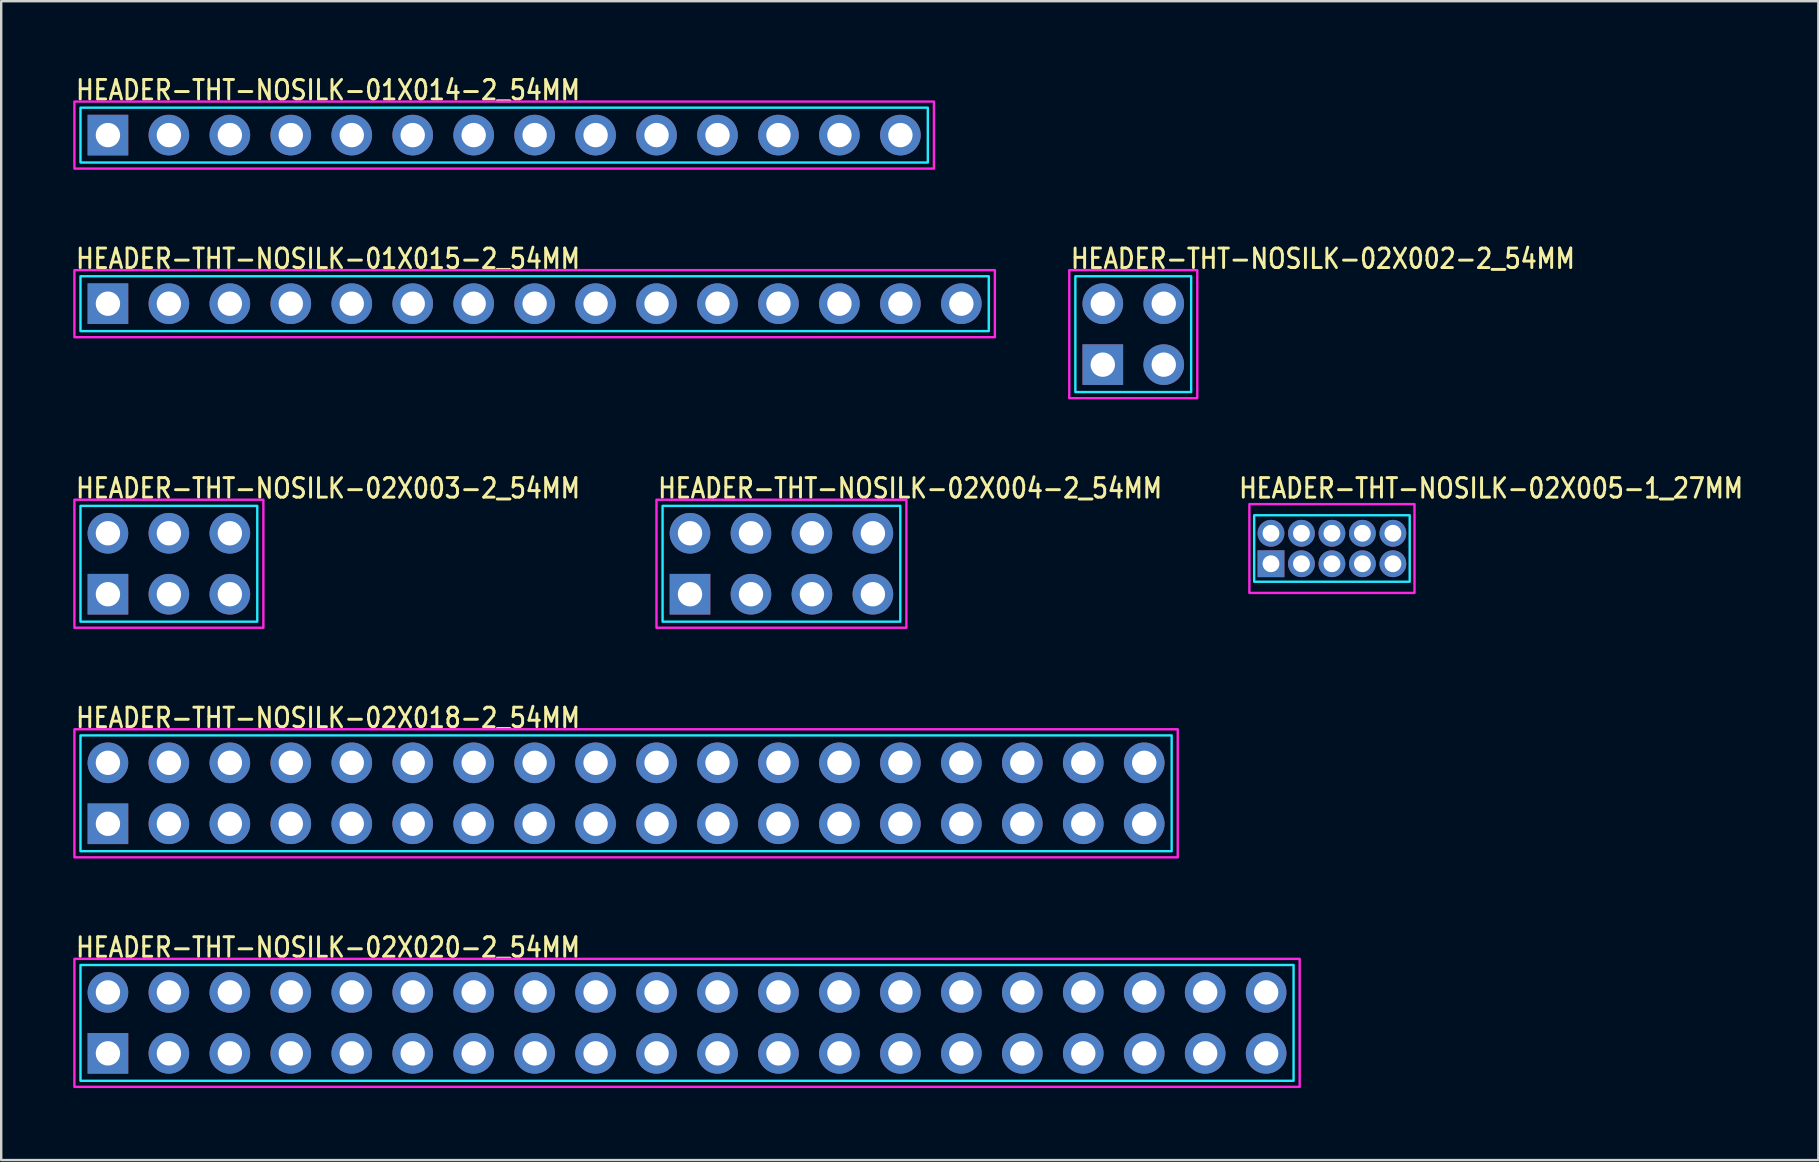
<source format=kicad_pcb>
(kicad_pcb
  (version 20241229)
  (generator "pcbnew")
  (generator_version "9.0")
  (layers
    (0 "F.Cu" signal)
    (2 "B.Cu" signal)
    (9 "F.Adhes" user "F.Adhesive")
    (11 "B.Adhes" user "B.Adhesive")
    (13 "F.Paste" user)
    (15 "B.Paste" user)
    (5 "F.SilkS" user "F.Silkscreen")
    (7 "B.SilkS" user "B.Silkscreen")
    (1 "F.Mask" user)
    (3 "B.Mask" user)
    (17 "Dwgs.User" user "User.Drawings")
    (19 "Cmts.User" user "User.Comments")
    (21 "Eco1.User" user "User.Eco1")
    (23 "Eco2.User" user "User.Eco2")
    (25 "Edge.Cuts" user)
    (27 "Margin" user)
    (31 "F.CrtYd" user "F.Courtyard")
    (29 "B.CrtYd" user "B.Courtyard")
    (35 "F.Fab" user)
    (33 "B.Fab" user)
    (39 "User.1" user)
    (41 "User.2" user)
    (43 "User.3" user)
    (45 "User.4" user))
  (footprint "HEADER-THT-NOSILK-02X002-2_54MM"
    (layer "F.Cu")
    (at 42.901 12.144)
    (property "Reference" "HEADER-THT-NOSILK-02X002-2_54MM" (at -1.4 -3.94 0) (unlocked yes) (layer "F.SilkS") (effects (font (size 0.813 0.695) (thickness 0.122)) (justify left bottom)))
    (fp_poly (pts (xy -1.143 -3.683) (xy 3.683 -3.683) (xy 3.683 1.143) (xy -1.143 1.143)) (stroke (width 0.1) (type solid)) (fill no) (layer "B.CrtYd"))
    (fp_poly (pts (xy -1.397 -3.937) (xy 3.937 -3.937) (xy 3.937 1.397) (xy -1.397 1.397)) (stroke (width 0.1) (type solid)) (fill no) (layer "F.CrtYd"))
    (pad "1" thru_hole rect (at 0 0) (size 1.693 1.693) (drill 1.016) (layers "*.Cu" "*.Mask"))
    (pad "2" thru_hole oval (at 0 -2.54) (size 1.693 1.693) (drill 1.016) (layers "*.Cu" "*.Mask"))
    (pad "3" thru_hole oval (at 2.54 0) (size 1.693 1.693) (drill 1.016) (layers "*.Cu" "*.Mask"))
    (pad "4" thru_hole oval (at 2.54 -2.54) (size 1.693 1.693) (drill 1.016) (layers "*.Cu" "*.Mask")))
  (footprint "HEADER-THT-NOSILK-02X003-2_54MM"
    (layer "F.Cu")
    (at 1.447 21.71)
    (property "Reference" "HEADER-THT-NOSILK-02X003-2_54MM" (at -1.4 -3.94 0) (unlocked yes) (layer "F.SilkS") (effects (font (size 0.813 0.695) (thickness 0.122)) (justify left bottom)))
    (fp_poly (pts (xy -1.143 -3.683) (xy 6.223 -3.683) (xy 6.223 1.143) (xy -1.143 1.143)) (stroke (width 0.1) (type solid)) (fill no) (layer "B.CrtYd"))
    (fp_poly (pts (xy -1.397 -3.937) (xy 6.477 -3.937) (xy 6.477 1.397) (xy -1.397 1.397)) (stroke (width 0.1) (type solid)) (fill no) (layer "F.CrtYd"))
    (pad "P$1" thru_hole rect (at 0 0) (size 1.693 1.693) (drill 1.016) (layers "*.Cu" "*.Mask"))
    (pad "P$2" thru_hole oval (at 0 -2.54) (size 1.693 1.693) (drill 1.016) (layers "*.Cu" "*.Mask"))
    (pad "P$3" thru_hole oval (at 2.54 0) (size 1.693 1.693) (drill 1.016) (layers "*.Cu" "*.Mask"))
    (pad "P$4" thru_hole oval (at 2.54 -2.54) (size 1.693 1.693) (drill 1.016) (layers "*.Cu" "*.Mask"))
    (pad "P$5" thru_hole oval (at 5.08 0) (size 1.693 1.693) (drill 1.016) (layers "*.Cu" "*.Mask"))
    (pad "P$6" thru_hole oval (at 5.08 -2.54) (size 1.693 1.693) (drill 1.016) (layers "*.Cu" "*.Mask")))
  (footprint "HEADER-THT-NOSILK-01X015-2_54MM"
    (layer "F.Cu")
    (at 1.447 9.604)
    (property "Reference" "HEADER-THT-NOSILK-01X015-2_54MM" (at -1.4 -1.4 0) (unlocked yes) (layer "F.SilkS") (effects (font (size 0.813 0.695) (thickness 0.122)) (justify left bottom)))
    (fp_poly (pts (xy -1.143 -1.143) (xy 36.703 -1.143) (xy 36.703 1.143) (xy -1.143 1.143)) (stroke (width 0.1) (type solid)) (fill no) (layer "B.CrtYd"))
    (fp_poly (pts (xy -1.397 -1.397) (xy 36.957 -1.397) (xy 36.957 1.397) (xy -1.397 1.397)) (stroke (width 0.1) (type solid)) (fill no) (layer "F.CrtYd"))
    (pad "1" thru_hole rect (at 0 0) (size 1.693 1.693) (drill 1.016) (layers "*.Cu" "*.Mask"))
    (pad "2" thru_hole oval (at 2.54 0) (size 1.693 1.693) (drill 1.016) (layers "*.Cu" "*.Mask"))
    (pad "3" thru_hole oval (at 5.08 0) (size 1.693 1.693) (drill 1.016) (layers "*.Cu" "*.Mask"))
    (pad "4" thru_hole oval (at 7.62 0) (size 1.693 1.693) (drill 1.016) (layers "*.Cu" "*.Mask"))
    (pad "5" thru_hole oval (at 10.16 0) (size 1.693 1.693) (drill 1.016) (layers "*.Cu" "*.Mask"))
    (pad "6" thru_hole oval (at 12.7 0) (size 1.693 1.693) (drill 1.016) (layers "*.Cu" "*.Mask"))
    (pad "7" thru_hole oval (at 15.24 0) (size 1.693 1.693) (drill 1.016) (layers "*.Cu" "*.Mask"))
    (pad "8" thru_hole oval (at 17.78 0) (size 1.693 1.693) (drill 1.016) (layers "*.Cu" "*.Mask"))
    (pad "9" thru_hole oval (at 20.32 0) (size 1.693 1.693) (drill 1.016) (layers "*.Cu" "*.Mask"))
    (pad "10" thru_hole oval (at 22.86 0) (size 1.693 1.693) (drill 1.016) (layers "*.Cu" "*.Mask"))
    (pad "11" thru_hole oval (at 25.4 0) (size 1.693 1.693) (drill 1.016) (layers "*.Cu" "*.Mask"))
    (pad "12" thru_hole oval (at 27.94 0) (size 1.693 1.693) (drill 1.016) (layers "*.Cu" "*.Mask"))
    (pad "13" thru_hole oval (at 30.48 0) (size 1.693 1.693) (drill 1.016) (layers "*.Cu" "*.Mask"))
    (pad "14" thru_hole oval (at 33.02 0) (size 1.693 1.693) (drill 1.016) (layers "*.Cu" "*.Mask"))
    (pad "15" thru_hole oval (at 35.56 0) (size 1.693 1.693) (drill 1.016) (layers "*.Cu" "*.Mask")))
  (footprint "HEADER-THT-NOSILK-02X020-2_54MM"
    (layer "F.Cu")
    (at 1.447 40.841)
    (property "Reference" "HEADER-THT-NOSILK-02X020-2_54MM" (at -1.4 -3.94 0) (unlocked yes) (layer "F.SilkS") (effects (font (size 0.813 0.695) (thickness 0.122)) (justify left bottom)))
    (fp_poly (pts (xy -1.143 -3.683) (xy 49.403 -3.683) (xy 49.403 1.143) (xy -1.143 1.143)) (stroke (width 0.1) (type solid)) (fill no) (layer "B.CrtYd"))
    (fp_poly (pts (xy -1.397 -3.937) (xy 49.657 -3.937) (xy 49.657 1.397) (xy -1.397 1.397)) (stroke (width 0.1) (type solid)) (fill no) (layer "F.CrtYd"))
    (pad "1" thru_hole rect (at 0 0) (size 1.693 1.693) (drill 1.016) (layers "*.Cu" "*.Mask"))
    (pad "2" thru_hole oval (at 0 -2.54) (size 1.693 1.693) (drill 1.016) (layers "*.Cu" "*.Mask"))
    (pad "3" thru_hole oval (at 2.54 0) (size 1.693 1.693) (drill 1.016) (layers "*.Cu" "*.Mask"))
    (pad "4" thru_hole oval (at 2.54 -2.54) (size 1.693 1.693) (drill 1.016) (layers "*.Cu" "*.Mask"))
    (pad "5" thru_hole oval (at 5.08 0) (size 1.693 1.693) (drill 1.016) (layers "*.Cu" "*.Mask"))
    (pad "6" thru_hole oval (at 5.08 -2.54) (size 1.693 1.693) (drill 1.016) (layers "*.Cu" "*.Mask"))
    (pad "7" thru_hole oval (at 7.62 0) (size 1.693 1.693) (drill 1.016) (layers "*.Cu" "*.Mask"))
    (pad "8" thru_hole oval (at 7.62 -2.54) (size 1.693 1.693) (drill 1.016) (layers "*.Cu" "*.Mask"))
    (pad "9" thru_hole oval (at 10.16 0) (size 1.693 1.693) (drill 1.016) (layers "*.Cu" "*.Mask"))
    (pad "10" thru_hole oval (at 10.16 -2.54) (size 1.693 1.693) (drill 1.016) (layers "*.Cu" "*.Mask"))
    (pad "11" thru_hole oval (at 12.7 0) (size 1.693 1.693) (drill 1.016) (layers "*.Cu" "*.Mask"))
    (pad "12" thru_hole oval (at 12.7 -2.54) (size 1.693 1.693) (drill 1.016) (layers "*.Cu" "*.Mask"))
    (pad "13" thru_hole oval (at 15.24 0) (size 1.693 1.693) (drill 1.016) (layers "*.Cu" "*.Mask"))
    (pad "14" thru_hole oval (at 15.24 -2.54) (size 1.693 1.693) (drill 1.016) (layers "*.Cu" "*.Mask"))
    (pad "15" thru_hole oval (at 17.78 0) (size 1.693 1.693) (drill 1.016) (layers "*.Cu" "*.Mask"))
    (pad "16" thru_hole oval (at 17.78 -2.54) (size 1.693 1.693) (drill 1.016) (layers "*.Cu" "*.Mask"))
    (pad "17" thru_hole oval (at 20.32 0) (size 1.693 1.693) (drill 1.016) (layers "*.Cu" "*.Mask"))
    (pad "18" thru_hole oval (at 20.32 -2.54) (size 1.693 1.693) (drill 1.016) (layers "*.Cu" "*.Mask"))
    (pad "19" thru_hole oval (at 22.86 0) (size 1.693 1.693) (drill 1.016) (layers "*.Cu" "*.Mask"))
    (pad "20" thru_hole oval (at 22.86 -2.54) (size 1.693 1.693) (drill 1.016) (layers "*.Cu" "*.Mask"))
    (pad "21" thru_hole oval (at 25.4 0) (size 1.693 1.693) (drill 1.016) (layers "*.Cu" "*.Mask"))
    (pad "22" thru_hole oval (at 25.4 -2.54) (size 1.693 1.693) (drill 1.016) (layers "*.Cu" "*.Mask"))
    (pad "23" thru_hole oval (at 27.94 0) (size 1.693 1.693) (drill 1.016) (layers "*.Cu" "*.Mask"))
    (pad "24" thru_hole oval (at 27.94 -2.54) (size 1.693 1.693) (drill 1.016) (layers "*.Cu" "*.Mask"))
    (pad "25" thru_hole oval (at 30.48 0) (size 1.693 1.693) (drill 1.016) (layers "*.Cu" "*.Mask"))
    (pad "26" thru_hole oval (at 30.48 -2.54) (size 1.693 1.693) (drill 1.016) (layers "*.Cu" "*.Mask"))
    (pad "27" thru_hole oval (at 33.02 0) (size 1.693 1.693) (drill 1.016) (layers "*.Cu" "*.Mask"))
    (pad "28" thru_hole oval (at 33.02 -2.54) (size 1.693 1.693) (drill 1.016) (layers "*.Cu" "*.Mask"))
    (pad "29" thru_hole oval (at 35.56 0) (size 1.693 1.693) (drill 1.016) (layers "*.Cu" "*.Mask"))
    (pad "30" thru_hole oval (at 35.56 -2.54) (size 1.693 1.693) (drill 1.016) (layers "*.Cu" "*.Mask"))
    (pad "31" thru_hole oval (at 38.1 0) (size 1.693 1.693) (drill 1.016) (layers "*.Cu" "*.Mask"))
    (pad "32" thru_hole oval (at 38.1 -2.54) (size 1.693 1.693) (drill 1.016) (layers "*.Cu" "*.Mask"))
    (pad "33" thru_hole oval (at 40.64 0) (size 1.693 1.693) (drill 1.016) (layers "*.Cu" "*.Mask"))
    (pad "34" thru_hole oval (at 40.64 -2.54) (size 1.693 1.693) (drill 1.016) (layers "*.Cu" "*.Mask"))
    (pad "35" thru_hole oval (at 43.18 0) (size 1.693 1.693) (drill 1.016) (layers "*.Cu" "*.Mask"))
    (pad "36" thru_hole oval (at 43.18 -2.54) (size 1.693 1.693) (drill 1.016) (layers "*.Cu" "*.Mask"))
    (pad "37" thru_hole oval (at 45.72 0) (size 1.693 1.693) (drill 1.016) (layers "*.Cu" "*.Mask"))
    (pad "38" thru_hole oval (at 45.72 -2.54) (size 1.693 1.693) (drill 1.016) (layers "*.Cu" "*.Mask"))
    (pad "39" thru_hole oval (at 48.26 0) (size 1.693 1.693) (drill 1.016) (layers "*.Cu" "*.Mask"))
    (pad "40" thru_hole oval (at 48.26 -2.54) (size 1.693 1.693) (drill 1.016) (layers "*.Cu" "*.Mask")))
  (footprint "HEADER-THT-NOSILK-02X018-2_54MM"
    (layer "F.Cu")
    (at 1.447 31.275)
    (property "Reference" "HEADER-THT-NOSILK-02X018-2_54MM" (at -1.4 -3.94 0) (unlocked yes) (layer "F.SilkS") (effects (font (size 0.813 0.695) (thickness 0.122)) (justify left bottom)))
    (fp_poly (pts (xy -1.143 -3.683) (xy 44.323 -3.683) (xy 44.323 1.143) (xy -1.143 1.143)) (stroke (width 0.1) (type solid)) (fill no) (layer "B.CrtYd"))
    (fp_poly (pts (xy -1.397 -3.937) (xy 44.577 -3.937) (xy 44.577 1.397) (xy -1.397 1.397)) (stroke (width 0.1) (type solid)) (fill no) (layer "F.CrtYd"))
    (pad "1" thru_hole rect (at 0 0) (size 1.693 1.693) (drill 1.016) (layers "*.Cu" "*.Mask"))
    (pad "2" thru_hole oval (at 0 -2.54) (size 1.693 1.693) (drill 1.016) (layers "*.Cu" "*.Mask"))
    (pad "3" thru_hole oval (at 2.54 0) (size 1.693 1.693) (drill 1.016) (layers "*.Cu" "*.Mask"))
    (pad "4" thru_hole oval (at 2.54 -2.54) (size 1.693 1.693) (drill 1.016) (layers "*.Cu" "*.Mask"))
    (pad "5" thru_hole oval (at 5.08 0) (size 1.693 1.693) (drill 1.016) (layers "*.Cu" "*.Mask"))
    (pad "6" thru_hole oval (at 5.08 -2.54) (size 1.693 1.693) (drill 1.016) (layers "*.Cu" "*.Mask"))
    (pad "7" thru_hole oval (at 7.62 0) (size 1.693 1.693) (drill 1.016) (layers "*.Cu" "*.Mask"))
    (pad "8" thru_hole oval (at 7.62 -2.54) (size 1.693 1.693) (drill 1.016) (layers "*.Cu" "*.Mask"))
    (pad "9" thru_hole oval (at 10.16 0) (size 1.693 1.693) (drill 1.016) (layers "*.Cu" "*.Mask"))
    (pad "10" thru_hole oval (at 10.16 -2.54) (size 1.693 1.693) (drill 1.016) (layers "*.Cu" "*.Mask"))
    (pad "11" thru_hole oval (at 12.7 0) (size 1.693 1.693) (drill 1.016) (layers "*.Cu" "*.Mask"))
    (pad "12" thru_hole oval (at 12.7 -2.54) (size 1.693 1.693) (drill 1.016) (layers "*.Cu" "*.Mask"))
    (pad "13" thru_hole oval (at 15.24 0) (size 1.693 1.693) (drill 1.016) (layers "*.Cu" "*.Mask"))
    (pad "14" thru_hole oval (at 15.24 -2.54) (size 1.693 1.693) (drill 1.016) (layers "*.Cu" "*.Mask"))
    (pad "15" thru_hole oval (at 17.78 0) (size 1.693 1.693) (drill 1.016) (layers "*.Cu" "*.Mask"))
    (pad "16" thru_hole oval (at 17.78 -2.54) (size 1.693 1.693) (drill 1.016) (layers "*.Cu" "*.Mask"))
    (pad "17" thru_hole oval (at 20.32 0) (size 1.693 1.693) (drill 1.016) (layers "*.Cu" "*.Mask"))
    (pad "18" thru_hole oval (at 20.32 -2.54) (size 1.693 1.693) (drill 1.016) (layers "*.Cu" "*.Mask"))
    (pad "19" thru_hole oval (at 22.86 0) (size 1.693 1.693) (drill 1.016) (layers "*.Cu" "*.Mask"))
    (pad "20" thru_hole oval (at 22.86 -2.54) (size 1.693 1.693) (drill 1.016) (layers "*.Cu" "*.Mask"))
    (pad "21" thru_hole oval (at 25.4 0) (size 1.693 1.693) (drill 1.016) (layers "*.Cu" "*.Mask"))
    (pad "22" thru_hole oval (at 25.4 -2.54) (size 1.693 1.693) (drill 1.016) (layers "*.Cu" "*.Mask"))
    (pad "23" thru_hole oval (at 27.94 0) (size 1.693 1.693) (drill 1.016) (layers "*.Cu" "*.Mask"))
    (pad "24" thru_hole oval (at 27.94 -2.54) (size 1.693 1.693) (drill 1.016) (layers "*.Cu" "*.Mask"))
    (pad "25" thru_hole oval (at 30.48 0) (size 1.693 1.693) (drill 1.016) (layers "*.Cu" "*.Mask"))
    (pad "26" thru_hole oval (at 30.48 -2.54) (size 1.693 1.693) (drill 1.016) (layers "*.Cu" "*.Mask"))
    (pad "27" thru_hole oval (at 33.02 0) (size 1.693 1.693) (drill 1.016) (layers "*.Cu" "*.Mask"))
    (pad "28" thru_hole oval (at 33.02 -2.54) (size 1.693 1.693) (drill 1.016) (layers "*.Cu" "*.Mask"))
    (pad "29" thru_hole oval (at 35.56 0) (size 1.693 1.693) (drill 1.016) (layers "*.Cu" "*.Mask"))
    (pad "30" thru_hole oval (at 35.56 -2.54) (size 1.693 1.693) (drill 1.016) (layers "*.Cu" "*.Mask"))
    (pad "31" thru_hole oval (at 38.1 0) (size 1.693 1.693) (drill 1.016) (layers "*.Cu" "*.Mask"))
    (pad "32" thru_hole oval (at 38.1 -2.54) (size 1.693 1.693) (drill 1.016) (layers "*.Cu" "*.Mask"))
    (pad "33" thru_hole oval (at 40.64 0) (size 1.693 1.693) (drill 1.016) (layers "*.Cu" "*.Mask"))
    (pad "34" thru_hole oval (at 40.64 -2.54) (size 1.693 1.693) (drill 1.016) (layers "*.Cu" "*.Mask"))
    (pad "35" thru_hole oval (at 43.18 0) (size 1.693 1.693) (drill 1.016) (layers "*.Cu" "*.Mask"))
    (pad "36" thru_hole oval (at 43.18 -2.54) (size 1.693 1.693) (drill 1.016) (layers "*.Cu" "*.Mask")))
  (footprint "HEADER-THT-NOSILK-01X014-2_54MM"
    (layer "F.Cu")
    (at 1.447 2.579)
    (property "Reference" "HEADER-THT-NOSILK-01X014-2_54MM" (at -1.4 -1.4 0) (unlocked yes) (layer "F.SilkS") (effects (font (size 0.813 0.695) (thickness 0.122)) (justify left bottom)))
    (fp_poly (pts (xy -1.143 -1.143) (xy 34.163 -1.143) (xy 34.163 1.143) (xy -1.143 1.143)) (stroke (width 0.1) (type solid)) (fill no) (layer "B.CrtYd"))
    (fp_poly (pts (xy -1.397 -1.397) (xy 34.417 -1.397) (xy 34.417 1.397) (xy -1.397 1.397)) (stroke (width 0.1) (type solid)) (fill no) (layer "F.CrtYd"))
    (pad "1" thru_hole rect (at 0 0) (size 1.693 1.693) (drill 1.016) (layers "*.Cu" "*.Mask"))
    (pad "2" thru_hole oval (at 2.54 0) (size 1.693 1.693) (drill 1.016) (layers "*.Cu" "*.Mask"))
    (pad "3" thru_hole oval (at 5.08 0) (size 1.693 1.693) (drill 1.016) (layers "*.Cu" "*.Mask"))
    (pad "4" thru_hole oval (at 7.62 0) (size 1.693 1.693) (drill 1.016) (layers "*.Cu" "*.Mask"))
    (pad "5" thru_hole oval (at 10.16 0) (size 1.693 1.693) (drill 1.016) (layers "*.Cu" "*.Mask"))
    (pad "6" thru_hole oval (at 12.7 0) (size 1.693 1.693) (drill 1.016) (layers "*.Cu" "*.Mask"))
    (pad "7" thru_hole oval (at 15.24 0) (size 1.693 1.693) (drill 1.016) (layers "*.Cu" "*.Mask"))
    (pad "8" thru_hole oval (at 17.78 0) (size 1.693 1.693) (drill 1.016) (layers "*.Cu" "*.Mask"))
    (pad "9" thru_hole oval (at 20.32 0) (size 1.693 1.693) (drill 1.016) (layers "*.Cu" "*.Mask"))
    (pad "10" thru_hole oval (at 22.86 0) (size 1.693 1.693) (drill 1.016) (layers "*.Cu" "*.Mask"))
    (pad "11" thru_hole oval (at 25.4 0) (size 1.693 1.693) (drill 1.016) (layers "*.Cu" "*.Mask"))
    (pad "12" thru_hole oval (at 27.94 0) (size 1.693 1.693) (drill 1.016) (layers "*.Cu" "*.Mask"))
    (pad "13" thru_hole oval (at 30.48 0) (size 1.693 1.693) (drill 1.016) (layers "*.Cu" "*.Mask"))
    (pad "14" thru_hole oval (at 33.02 0) (size 1.693 1.693) (drill 1.016) (layers "*.Cu" "*.Mask")))
  (footprint "HEADER-THT-NOSILK-02X005-1_27MM"
    (layer "F.Cu")
    (at 49.909 20.44)
    (property "Reference" "HEADER-THT-NOSILK-02X005-1_27MM" (at -1.4 -2.67 0) (unlocked yes) (layer "F.SilkS") (effects (font (size 0.813 0.695) (thickness 0.122)) (justify left bottom)))
    (fp_poly (pts (xy -0.7 -2.02) (xy 5.78 -2.02) (xy 5.78 0.75) (xy -0.7 0.75)) (stroke (width 0.1) (type solid)) (fill no) (layer "B.CrtYd"))
    (fp_poly (pts (xy -0.9 -2.485) (xy 5.98 -2.485) (xy 5.98 1.215) (xy -0.9 1.215)) (stroke (width 0.1) (type solid)) (fill no) (layer "F.CrtYd"))
    (pad "1" thru_hole rect (at 0 0) (size 1.118 1.118) (drill 0.7) (layers "*.Cu" "*.Mask"))
    (pad "2" thru_hole oval (at 0 -1.27) (size 1.118 1.118) (drill 0.7) (layers "*.Cu" "*.Mask"))
    (pad "3" thru_hole oval (at 1.27 0) (size 1.118 1.118) (drill 0.7) (layers "*.Cu" "*.Mask"))
    (pad "4" thru_hole oval (at 1.27 -1.27) (size 1.118 1.118) (drill 0.7) (layers "*.Cu" "*.Mask"))
    (pad "5" thru_hole oval (at 2.54 0) (size 1.118 1.118) (drill 0.7) (layers "*.Cu" "*.Mask"))
    (pad "6" thru_hole oval (at 2.54 -1.27) (size 1.118 1.118) (drill 0.7) (layers "*.Cu" "*.Mask"))
    (pad "7" thru_hole oval (at 3.81 0) (size 1.118 1.118) (drill 0.7) (layers "*.Cu" "*.Mask"))
    (pad "8" thru_hole oval (at 3.81 -1.27) (size 1.118 1.118) (drill 0.7) (layers "*.Cu" "*.Mask"))
    (pad "9" thru_hole oval (at 5.08 0) (size 1.118 1.118) (drill 0.7) (layers "*.Cu" "*.Mask"))
    (pad "10" thru_hole oval (at 5.08 -1.27) (size 1.118 1.118) (drill 0.7) (layers "*.Cu" "*.Mask")))
  (footprint "HEADER-THT-NOSILK-02X004-2_54MM"
    (layer "F.Cu")
    (at 25.701 21.71)
    (property "Reference" "HEADER-THT-NOSILK-02X004-2_54MM" (at -1.4 -3.94 0) (unlocked yes) (layer "F.SilkS") (effects (font (size 0.813 0.695) (thickness 0.122)) (justify left bottom)))
    (fp_poly (pts (xy -1.143 -3.683) (xy 8.763 -3.683) (xy 8.763 1.143) (xy -1.143 1.143)) (stroke (width 0.1) (type solid)) (fill no) (layer "B.CrtYd"))
    (fp_poly (pts (xy -1.397 -3.937) (xy 9.017 -3.937) (xy 9.017 1.397) (xy -1.397 1.397)) (stroke (width 0.1) (type solid)) (fill no) (layer "F.CrtYd"))
    (pad "1" thru_hole rect (at 0 0) (size 1.693 1.693) (drill 1.016) (layers "*.Cu" "*.Mask"))
    (pad "2" thru_hole oval (at 0 -2.54) (size 1.693 1.693) (drill 1.016) (layers "*.Cu" "*.Mask"))
    (pad "3" thru_hole oval (at 2.54 0) (size 1.693 1.693) (drill 1.016) (layers "*.Cu" "*.Mask"))
    (pad "4" thru_hole oval (at 2.54 -2.54) (size 1.693 1.693) (drill 1.016) (layers "*.Cu" "*.Mask"))
    (pad "5" thru_hole oval (at 5.08 0) (size 1.693 1.693) (drill 1.016) (layers "*.Cu" "*.Mask"))
    (pad "6" thru_hole oval (at 5.08 -2.54) (size 1.693 1.693) (drill 1.016) (layers "*.Cu" "*.Mask"))
    (pad "7" thru_hole oval (at 7.62 0) (size 1.693 1.693) (drill 1.016) (layers "*.Cu" "*.Mask"))
    (pad "8" thru_hole oval (at 7.62 -2.54) (size 1.693 1.693) (drill 1.016) (layers "*.Cu" "*.Mask")))
  (gr_rect
    (start -3 -3)
    (end 72.716 45.288)
    (stroke (width 0.1) (type default))
    (fill no)
    (layer "Edge.Cuts")))
</source>
